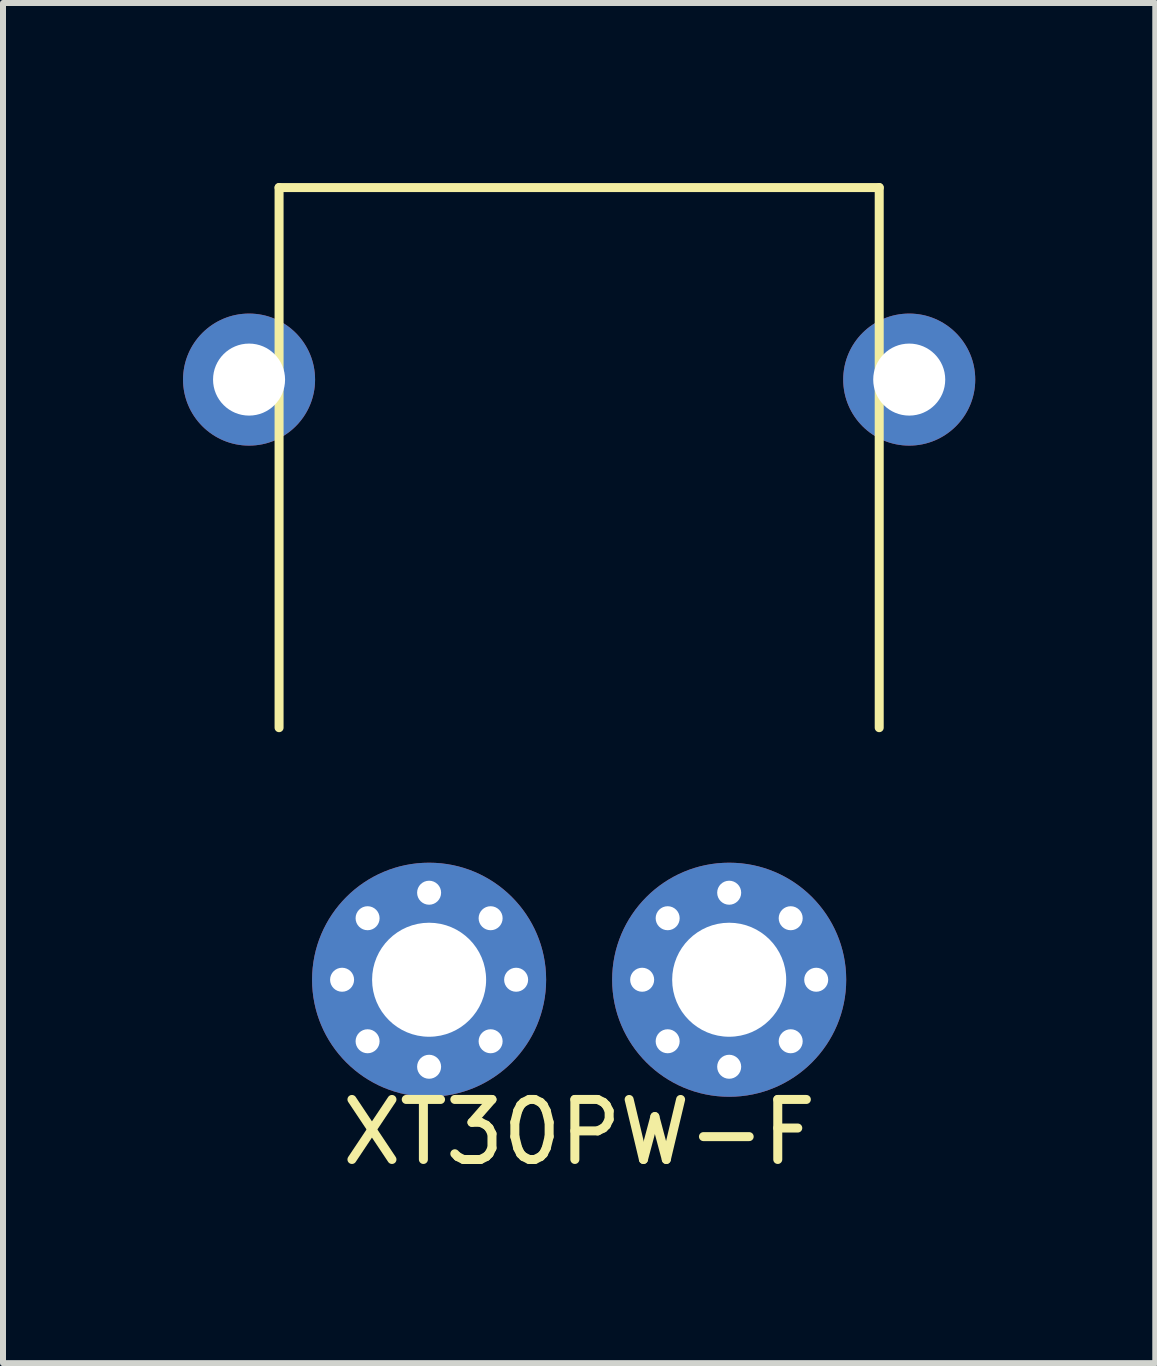
<source format=kicad_pcb>
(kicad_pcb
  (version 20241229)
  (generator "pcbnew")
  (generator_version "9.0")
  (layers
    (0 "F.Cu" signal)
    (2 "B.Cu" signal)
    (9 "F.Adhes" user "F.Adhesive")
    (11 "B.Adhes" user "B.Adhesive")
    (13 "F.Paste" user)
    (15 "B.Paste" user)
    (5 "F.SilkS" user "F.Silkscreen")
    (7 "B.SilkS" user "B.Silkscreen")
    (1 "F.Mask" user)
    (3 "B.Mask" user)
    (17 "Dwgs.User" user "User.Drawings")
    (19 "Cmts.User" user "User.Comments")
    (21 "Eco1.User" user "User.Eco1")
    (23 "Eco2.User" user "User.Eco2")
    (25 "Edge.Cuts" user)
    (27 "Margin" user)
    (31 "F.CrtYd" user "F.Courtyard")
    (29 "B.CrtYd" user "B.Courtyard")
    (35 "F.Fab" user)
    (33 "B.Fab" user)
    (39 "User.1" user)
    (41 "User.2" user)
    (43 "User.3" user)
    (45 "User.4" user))
  (footprint "XT30PW-F"
    (layer "F.Cu")
    (at 6.6 13.275)
    (property "Reference" "XT30PW-F" (at 0 2.54 0) (layer "F.SilkS") (effects (font (size 1 1) (thickness 0.15))))
    (attr through_hole)
    (fp_line (start -5 -13.2) (end -5 -4.2) (stroke (width 0.15) (type solid)) (layer "F.SilkS"))
    (fp_line (start -5 -13.2) (end 5 -13.2) (stroke (width 0.15) (type solid)) (layer "F.SilkS"))
    (fp_line (start 5 -13.2) (end 5 -4.2) (stroke (width 0.15) (type solid)) (layer "F.SilkS"))
    (pad "" thru_hole circle (at -5.5 -10) (size 2.2 2.2) (drill 1.2) (layers "*.Cu" "*.Mask"))
    (pad "" thru_hole circle (at 5.5 -10) (size 2.2 2.2) (drill 1.2) (layers "*.Cu" "*.Mask"))
    (pad "1" thru_hole circle (at 1.05 0) (size 0.6 0.6) (drill 0.4) (layers "*.Cu" "*.Mask"))
    (pad "1" thru_hole circle (at 1.475 -1.025) (size 0.6 0.6) (drill 0.4) (layers "*.Cu" "*.Mask"))
    (pad "1" thru_hole circle (at 1.475 1.025) (size 0.6 0.6) (drill 0.4) (layers "*.Cu" "*.Mask"))
    (pad "1" thru_hole circle (at 2.5 -1.45) (size 0.6 0.6) (drill 0.4) (layers "*.Cu" "*.Mask"))
    (pad "1" thru_hole circle (at 2.5 0) (size 3.9 3.9) (drill 1.9) (layers "*.Cu" "*.Mask"))
    (pad "1" thru_hole circle (at 2.5 1.45) (size 0.6 0.6) (drill 0.4) (layers "*.Cu" "*.Mask"))
    (pad "1" thru_hole circle (at 3.525 -1.025) (size 0.6 0.6) (drill 0.4) (layers "*.Cu" "*.Mask"))
    (pad "1" thru_hole circle (at 3.525 1.025) (size 0.6 0.6) (drill 0.4) (layers "*.Cu" "*.Mask"))
    (pad "1" thru_hole circle (at 3.95 0) (size 0.6 0.6) (drill 0.4) (layers "*.Cu" "*.Mask"))
    (pad "2" thru_hole circle (at -3.95 0) (size 0.6 0.6) (drill 0.4) (layers "*.Cu" "*.Mask"))
    (pad "2" thru_hole circle (at -3.525 -1.025) (size 0.6 0.6) (drill 0.4) (layers "*.Cu" "*.Mask"))
    (pad "2" thru_hole circle (at -3.525 1.025) (size 0.6 0.6) (drill 0.4) (layers "*.Cu" "*.Mask"))
    (pad "2" thru_hole circle (at -2.5 -1.45) (size 0.6 0.6) (drill 0.4) (layers "*.Cu" "*.Mask"))
    (pad "2" thru_hole circle (at -2.5 0) (size 3.9 3.9) (drill 1.9) (layers "*.Cu" "*.Mask"))
    (pad "2" thru_hole circle (at -2.5 1.45) (size 0.6 0.6) (drill 0.4) (layers "*.Cu" "*.Mask"))
    (pad "2" thru_hole circle (at -1.475 -1.025) (size 0.6 0.6) (drill 0.4) (layers "*.Cu" "*.Mask"))
    (pad "2" thru_hole circle (at -1.475 1.025) (size 0.6 0.6) (drill 0.4) (layers "*.Cu" "*.Mask"))
    (pad "2" thru_hole circle (at -1.05 0) (size 0.6 0.6) (drill 0.4) (layers "*.Cu" "*.Mask")))
  (gr_rect
    (start -3 -3)
    (end 16.2 19.663)
    (stroke (width 0.1) (type default))
    (fill no)
    (layer "Edge.Cuts")))
</source>
